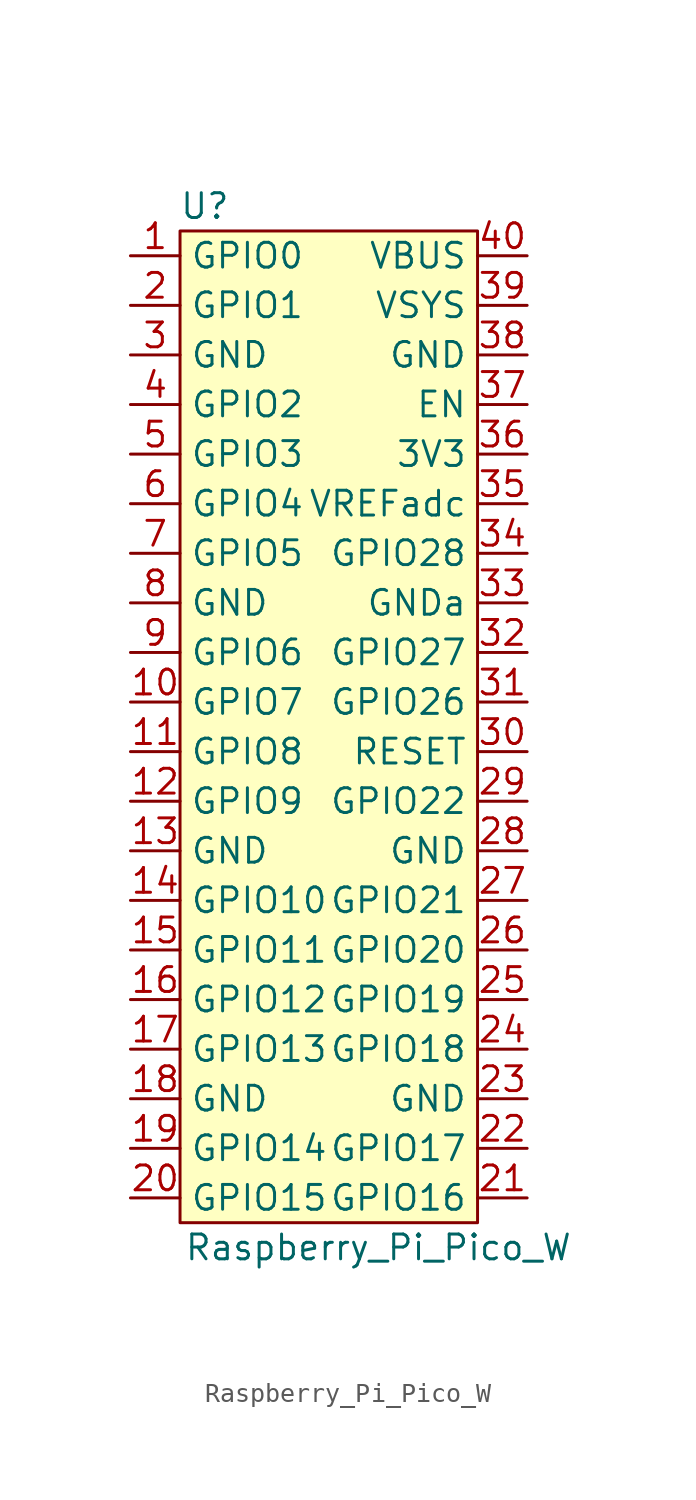
<source format=kicad_sym>
(kicad_symbol_lib
  (version 20211014)
  (generator kicad_symbol_editor)
  (symbol "Raspberry_Pi_Pico_W"
    (property "Reference" "U"
      (at -6.35 26.67 0)
      (effects (font (size 1.27 1.27))))
    (property "Value" "Raspberry_Pi_Pico_W"
      (at 2.54 -26.67 0)
      (effects (font (size 1.27 1.27))))
    (symbol "Raspberry_Pi_Pico_W_0_1"
      (rectangle (start -7.62 25.4) (end 7.62 -25.4) (stroke (width 0.152) (type default) (color 0 0 0 0)) (fill (type background))))
    (symbol "Raspberry_Pi_Pico_W_1_1"
      (pin bidirectional line (at -10.16 24.13 0) (length 2.54) (name "GPIO0" (effects (font (size 1.27 1.27)))) (number "1" (effects (font (size 1.27 1.27)))))
      (pin bidirectional line (at -10.16 1.27 0) (length 2.54) (name "GPIO7" (effects (font (size 1.27 1.27)))) (number "10" (effects (font (size 1.27 1.27)))))
      (pin bidirectional line (at -10.16 -1.27 0) (length 2.54) (name "GPIO8" (effects (font (size 1.27 1.27)))) (number "11" (effects (font (size 1.27 1.27)))))
      (pin bidirectional line (at -10.16 -3.81 0) (length 2.54) (name "GPIO9" (effects (font (size 1.27 1.27)))) (number "12" (effects (font (size 1.27 1.27)))))
      (pin power_in line (at -10.16 -6.35 0) (length 2.54) (name "GND" (effects (font (size 1.27 1.27)))) (number "13" (effects (font (size 1.27 1.27)))))
      (pin bidirectional line (at -10.16 -8.89 0) (length 2.54) (name "GPIO10" (effects (font (size 1.27 1.27)))) (number "14" (effects (font (size 1.27 1.27)))))
      (pin bidirectional line (at -10.16 -11.43 0) (length 2.54) (name "GPIO11" (effects (font (size 1.27 1.27)))) (number "15" (effects (font (size 1.27 1.27)))))
      (pin bidirectional line (at -10.16 -13.97 0) (length 2.54) (name "GPIO12" (effects (font (size 1.27 1.27)))) (number "16" (effects (font (size 1.27 1.27)))))
      (pin bidirectional line (at -10.16 -16.51 0) (length 2.54) (name "GPIO13" (effects (font (size 1.27 1.27)))) (number "17" (effects (font (size 1.27 1.27)))))
      (pin power_in line (at -10.16 -19.05 0) (length 2.54) (name "GND" (effects (font (size 1.27 1.27)))) (number "18" (effects (font (size 1.27 1.27)))))
      (pin bidirectional line (at -10.16 -21.59 0) (length 2.54) (name "GPIO14" (effects (font (size 1.27 1.27)))) (number "19" (effects (font (size 1.27 1.27)))))
      (pin bidirectional line (at -10.16 21.59 0) (length 2.54) (name "GPIO1" (effects (font (size 1.27 1.27)))) (number "2" (effects (font (size 1.27 1.27)))))
      (pin bidirectional line (at -10.16 -24.13 0) (length 2.54) (name "GPIO15" (effects (font (size 1.27 1.27)))) (number "20" (effects (font (size 1.27 1.27)))))
      (pin bidirectional line (at 10.16 -24.13 180) (length 2.54) (name "GPIO16" (effects (font (size 1.27 1.27)))) (number "21" (effects (font (size 1.27 1.27)))))
      (pin bidirectional line (at 10.16 -21.59 180) (length 2.54) (name "GPIO17" (effects (font (size 1.27 1.27)))) (number "22" (effects (font (size 1.27 1.27)))))
      (pin power_in line (at 10.16 -19.05 180) (length 2.54) (name "GND" (effects (font (size 1.27 1.27)))) (number "23" (effects (font (size 1.27 1.27)))))
      (pin bidirectional line (at 10.16 -16.51 180) (length 2.54) (name "GPIO18" (effects (font (size 1.27 1.27)))) (number "24" (effects (font (size 1.27 1.27)))))
      (pin bidirectional line (at 10.16 -13.97 180) (length 2.54) (name "GPIO19" (effects (font (size 1.27 1.27)))) (number "25" (effects (font (size 1.27 1.27)))))
      (pin bidirectional line (at 10.16 -11.43 180) (length 2.54) (name "GPIO20" (effects (font (size 1.27 1.27)))) (number "26" (effects (font (size 1.27 1.27)))))
      (pin bidirectional line (at 10.16 -8.89 180) (length 2.54) (name "GPIO21" (effects (font (size 1.27 1.27)))) (number "27" (effects (font (size 1.27 1.27)))))
      (pin power_in line (at 10.16 -6.35 180) (length 2.54) (name "GND" (effects (font (size 1.27 1.27)))) (number "28" (effects (font (size 1.27 1.27)))))
      (pin bidirectional line (at 10.16 -3.81 180) (length 2.54) (name "GPIO22" (effects (font (size 1.27 1.27)))) (number "29" (effects (font (size 1.27 1.27)))))
      (pin power_in line (at -10.16 19.05 0) (length 2.54) (name "GND" (effects (font (size 1.27 1.27)))) (number "3" (effects (font (size 1.27 1.27)))))
      (pin input line (at 10.16 -1.27 180) (length 2.54) (name "RESET" (effects (font (size 1.27 1.27)))) (number "30" (effects (font (size 1.27 1.27)))))
      (pin bidirectional line (at 10.16 1.27 180) (length 2.54) (name "GPIO26" (effects (font (size 1.27 1.27)))) (number "31" (effects (font (size 1.27 1.27)))))
      (pin bidirectional line (at 10.16 3.81 180) (length 2.54) (name "GPIO27" (effects (font (size 1.27 1.27)))) (number "32" (effects (font (size 1.27 1.27)))))
      (pin input line (at 10.16 6.35 180) (length 2.54) (name "GNDa" (effects (font (size 1.27 1.27)))) (number "33" (effects (font (size 1.27 1.27)))))
      (pin bidirectional line (at 10.16 8.89 180) (length 2.54) (name "GPIO28" (effects (font (size 1.27 1.27)))) (number "34" (effects (font (size 1.27 1.27)))))
      (pin input line (at 10.16 11.43 180) (length 2.54) (name "VREFadc" (effects (font (size 1.27 1.27)))) (number "35" (effects (font (size 1.27 1.27)))))
      (pin power_out line (at 10.16 13.97 180) (length 2.54) (name "3V3" (effects (font (size 1.27 1.27)))) (number "36" (effects (font (size 1.27 1.27)))))
      (pin input line (at 10.16 16.51 180) (length 2.54) (name "EN" (effects (font (size 1.27 1.27)))) (number "37" (effects (font (size 1.27 1.27)))))
      (pin power_out line (at 10.16 19.05 180) (length 2.54) (name "GND" (effects (font (size 1.27 1.27)))) (number "38" (effects (font (size 1.27 1.27)))))
      (pin power_in line (at 10.16 21.59 180) (length 2.54) (name "VSYS" (effects (font (size 1.27 1.27)))) (number "39" (effects (font (size 1.27 1.27)))))
      (pin bidirectional line (at -10.16 16.51 0) (length 2.54) (name "GPIO2" (effects (font (size 1.27 1.27)))) (number "4" (effects (font (size 1.27 1.27)))))
      (pin power_out line (at 10.16 24.13 180) (length 2.54) (name "VBUS" (effects (font (size 1.27 1.27)))) (number "40" (effects (font (size 1.27 1.27)))))
      (pin bidirectional line (at -10.16 13.97 0) (length 2.54) (name "GPIO3" (effects (font (size 1.27 1.27)))) (number "5" (effects (font (size 1.27 1.27)))))
      (pin bidirectional line (at -10.16 11.43 0) (length 2.54) (name "GPIO4" (effects (font (size 1.27 1.27)))) (number "6" (effects (font (size 1.27 1.27)))))
      (pin bidirectional line (at -10.16 8.89 0) (length 2.54) (name "GPIO5" (effects (font (size 1.27 1.27)))) (number "7" (effects (font (size 1.27 1.27)))))
      (pin power_in line (at -10.16 6.35 0) (length 2.54) (name "GND" (effects (font (size 1.27 1.27)))) (number "8" (effects (font (size 1.27 1.27)))))
      (pin bidirectional line (at -10.16 3.81 0) (length 2.54) (name "GPIO6" (effects (font (size 1.27 1.27)))) (number "9" (effects (font (size 1.27 1.27))))))))
</source>
